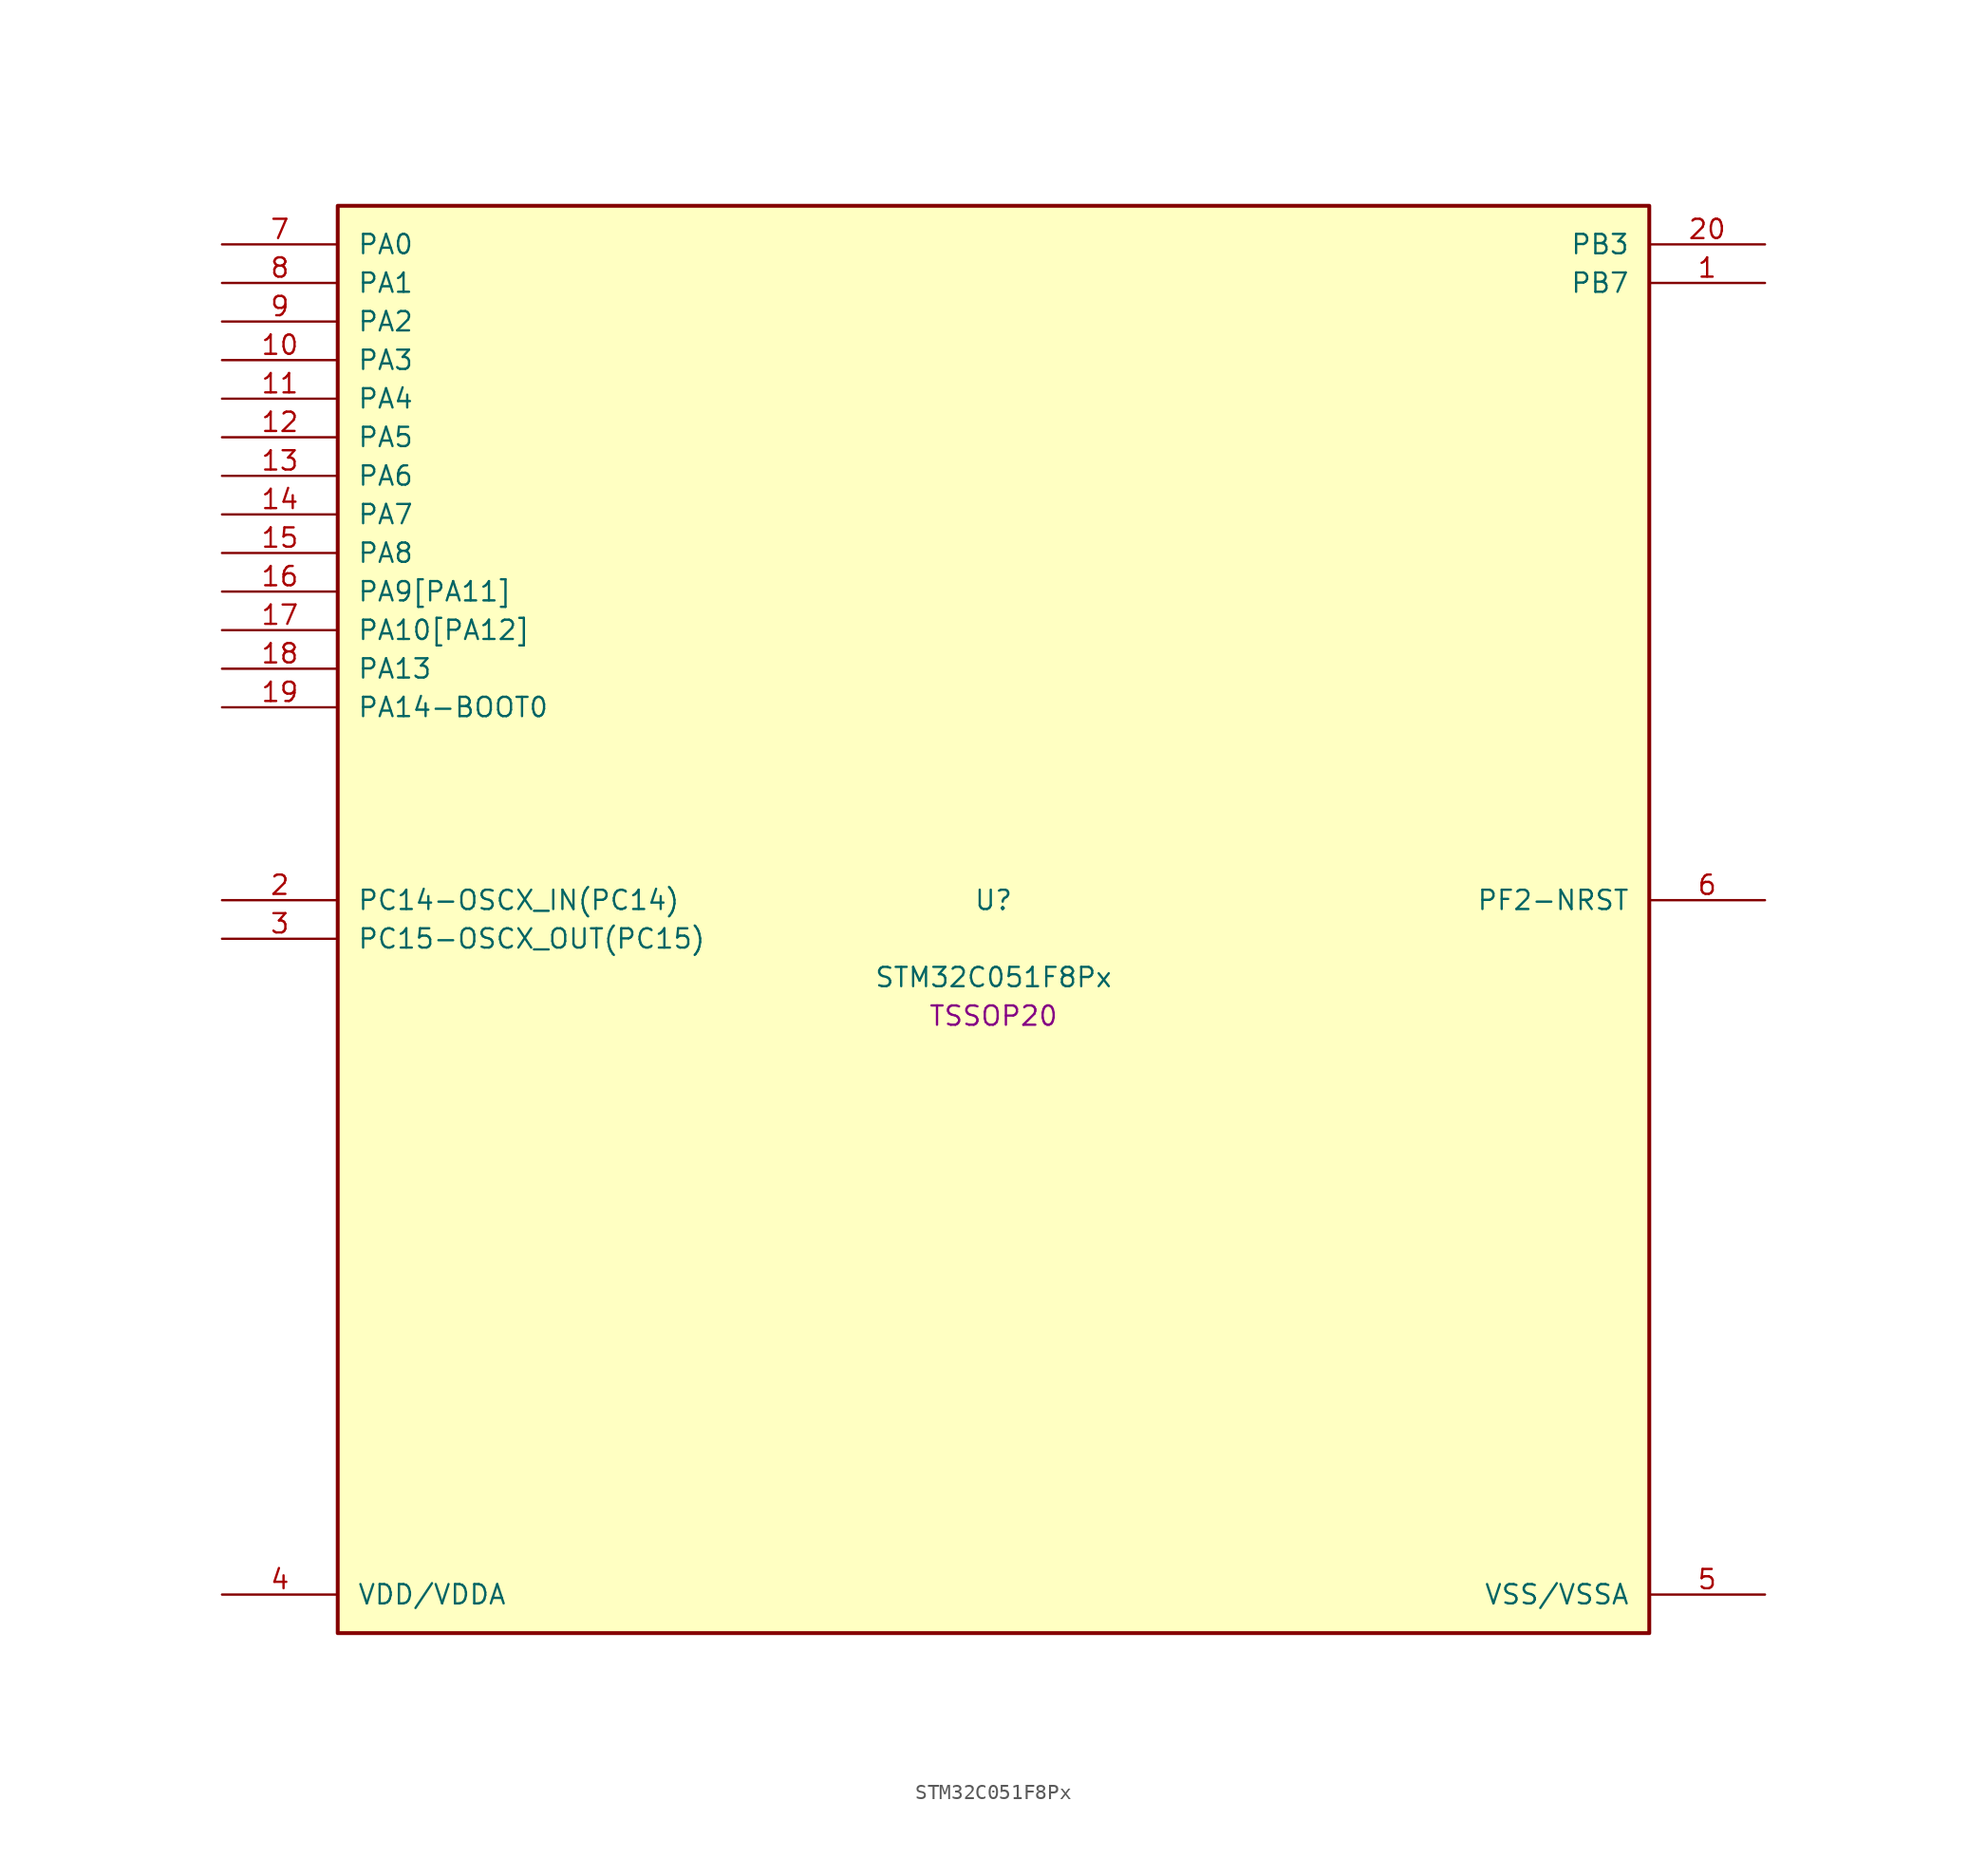
<source format=kicad_sym>
(kicad_symbol_lib
  (version 20241209)
  (generator "stm32_pkl_generator")
  (generator_version "1.0")
  (symbol "STM32C051F8Px"
    (pin_names
      (offset 1.27))
    (property "Reference" "U"
      (at 0 2.54 0))
    (property "Value" "STM32C051F8Px"
      (at 0 -2.54 0))
    (property "Footprint" "TSSOP20"
      (at 0 -5.08 0))
    (symbol "STM32C051F8Px_1_1"
      (rectangle (start -43.18 48.26) (end 43.18 -45.72) (stroke (width 0.254) (type solid)) (fill (type background)))
      (pin bidirectional line (at -50.8 45.72 0) (length 7.62) (name "PA0") (number "7") (alternate "PA0/ADC1_IN0" bidirectional line) (alternate "PA0/PWR_WKUP1" bidirectional line) (alternate "PA0/SPI2_SCK" bidirectional line) (alternate "PA0/TIM16_CH1" bidirectional line) (alternate "PA0/TIM1_CH1" bidirectional line) (alternate "PA0/TIM2_CH1" bidirectional line) (alternate "PA0/TIM2_ETR" bidirectional line) (alternate "PA0/USART1_TX" bidirectional line) (alternate "PA0/USART2_CTS" bidirectional line) (alternate "PA0/USART2_NSS" bidirectional line))
      (pin bidirectional line (at -50.8 43.18 0) (length 7.62) (name "PA1") (number "8") (alternate "PA1/ADC1_IN1" bidirectional line) (alternate "PA1/I2C1_SMBA" bidirectional line) (alternate "PA1/I2S1_CK" bidirectional line) (alternate "PA1/SPI1_SCK" bidirectional line) (alternate "PA1/TIM17_CH1" bidirectional line) (alternate "PA1/TIM1_CH2" bidirectional line) (alternate "PA1/TIM2_CH2" bidirectional line) (alternate "PA1/USART1_RX" bidirectional line) (alternate "PA1/USART2_CK" bidirectional line) (alternate "PA1/USART2_DE" bidirectional line) (alternate "PA1/USART2_RTS" bidirectional line))
      (pin bidirectional line (at -50.8 40.64 0) (length 7.62) (name "PA2") (number "9") (alternate "PA2/ADC1_IN2" bidirectional line) (alternate "PA2/I2S1_SD" bidirectional line) (alternate "PA2/PWR_WKUP4" bidirectional line) (alternate "PA2/RCC_LSCO" bidirectional line) (alternate "PA2/SPI1_MOSI" bidirectional line) (alternate "PA2/TIM16_CH1N" bidirectional line) (alternate "PA2/TIM1_CH3" bidirectional line) (alternate "PA2/TIM2_CH3" bidirectional line) (alternate "PA2/TIM3_ETR" bidirectional line) (alternate "PA2/USART2_TX" bidirectional line))
      (pin bidirectional line (at -50.8 38.1 0) (length 7.62) (name "PA3") (number "10") (alternate "PA3/ADC1_IN3" bidirectional line) (alternate "PA3/SPI2_MISO" bidirectional line) (alternate "PA3/TIM1_CH1N" bidirectional line) (alternate "PA3/TIM1_CH4" bidirectional line) (alternate "PA3/TIM2_CH4" bidirectional line) (alternate "PA3/USART2_RX" bidirectional line))
      (pin bidirectional line (at -50.8 35.56 0) (length 7.62) (name "PA4") (number "11") (alternate "PA4/ADC1_IN4" bidirectional line) (alternate "PA4/I2S1_WS" bidirectional line) (alternate "PA4/PWR_WKUP2" bidirectional line) (alternate "PA4/RTC_OUT1" bidirectional line) (alternate "PA4/RTC_TS" bidirectional line) (alternate "PA4/SPI1_NSS" bidirectional line) (alternate "PA4/SPI2_MOSI" bidirectional line) (alternate "PA4/TIM14_CH1" bidirectional line) (alternate "PA4/TIM17_CH1N" bidirectional line) (alternate "PA4/TIM1_CH2N" bidirectional line) (alternate "PA4/USART2_TX" bidirectional line))
      (pin bidirectional line (at -50.8 33.02 0) (length 7.62) (name "PA5") (number "12") (alternate "PA5/ADC1_IN5" bidirectional line) (alternate "PA5/I2S1_CK" bidirectional line) (alternate "PA5/SPI1_SCK" bidirectional line) (alternate "PA5/TIM1_CH1" bidirectional line) (alternate "PA5/TIM1_CH3N" bidirectional line) (alternate "PA5/TIM2_CH1" bidirectional line) (alternate "PA5/TIM2_ETR" bidirectional line) (alternate "PA5/USART2_RX" bidirectional line))
      (pin bidirectional line (at -50.8 30.48 0) (length 7.62) (name "PA6") (number "13") (alternate "PA6/ADC1_IN6" bidirectional line) (alternate "PA6/I2C2_SDA" bidirectional line) (alternate "PA6/I2S1_MCK" bidirectional line) (alternate "PA6/SPI1_MISO" bidirectional line) (alternate "PA6/TIM16_CH1" bidirectional line) (alternate "PA6/TIM1_BKIN" bidirectional line) (alternate "PA6/TIM3_CH1" bidirectional line) (alternate "PA6/USART1_TX" bidirectional line))
      (pin bidirectional line (at -50.8 27.94 0) (length 7.62) (name "PA7") (number "14") (alternate "PA7/ADC1_IN7" bidirectional line) (alternate "PA7/I2C2_SCL" bidirectional line) (alternate "PA7/I2S1_SD" bidirectional line) (alternate "PA7/SPI1_MOSI" bidirectional line) (alternate "PA7/TIM14_CH1" bidirectional line) (alternate "PA7/TIM17_CH1" bidirectional line) (alternate "PA7/TIM1_CH1N" bidirectional line) (alternate "PA7/TIM3_CH2" bidirectional line) (alternate "PA7/USART1_RX" bidirectional line))
      (pin bidirectional line (at -50.8 25.4 0) (length 7.62) (name "PA8") (number "15") (alternate "PA8/ADC1_IN8" bidirectional line) (alternate "PA8/I2S1_WS" bidirectional line) (alternate "PA8/RCC_MCO" bidirectional line) (alternate "PA8/RCC_MCO_2" bidirectional line) (alternate "PA8/SPI1_NSS" bidirectional line) (alternate "PA8/SPI2_MISO" bidirectional line) (alternate "PA8/SPI2_NSS" bidirectional line) (alternate "PA8/TIM14_CH1" bidirectional line) (alternate "PA8/TIM1_CH1" bidirectional line) (alternate "PA8/TIM1_CH2N" bidirectional line) (alternate "PA8/TIM1_CH3N" bidirectional line) (alternate "PA8/TIM3_CH3" bidirectional line) (alternate "PA8/TIM3_CH4" bidirectional line) (alternate "PA8/USART1_RX" bidirectional line) (alternate "PA8/USART2_TX" bidirectional line))
      (pin bidirectional line (at -50.8 22.86 0) (length 7.62) (name "PA9[PA11]") (number "16") (alternate "PA9[PA11]/I2C1_SCL" bidirectional line) (alternate "PA9[PA11]/I2C2_SCL" bidirectional line) (alternate "PA9[PA11]/RCC_MCO" bidirectional line) (alternate "PA9[PA11]/SPI2_MISO" bidirectional line) (alternate "PA9[PA11]/TIM1_CH2" bidirectional line) (alternate "PA9[PA11]/TIM3_ETR" bidirectional line) (alternate "PA9[PA11]/USART1_TX" bidirectional line) (alternate "PA9[PA11]/PA11[PA9]" bidirectional line) (alternate "PA9[PA11]/ADC1_EXTI11" bidirectional line) (alternate "PA9[PA11]/ADC1_IN11" bidirectional line) (alternate "PA9[PA11]/I2S1_MCK" bidirectional line) (alternate "PA9[PA11]/SPI1_MISO" bidirectional line) (alternate "PA9[PA11]/TIM1_BKIN2" bidirectional line) (alternate "PA9[PA11]/TIM1_CH4" bidirectional line) (alternate "PA9[PA11]/USART1_CTS" bidirectional line) (alternate "PA9[PA11]/USART1_NSS" bidirectional line))
      (pin bidirectional line (at -50.8 20.32 0) (length 7.62) (name "PA10[PA12]") (number "17") (alternate "PA10[PA12]/I2C1_SDA" bidirectional line) (alternate "PA10[PA12]/I2C2_SDA" bidirectional line) (alternate "PA10[PA12]/RCC_MCO_2" bidirectional line) (alternate "PA10[PA12]/SPI2_MOSI" bidirectional line) (alternate "PA10[PA12]/TIM17_BKIN" bidirectional line) (alternate "PA10[PA12]/TIM1_CH3" bidirectional line) (alternate "PA10[PA12]/USART1_RX" bidirectional line) (alternate "PA10[PA12]/PA12[PA10]" bidirectional line) (alternate "PA10[PA12]/ADC1_IN12" bidirectional line) (alternate "PA10[PA12]/I2S1_SD" bidirectional line) (alternate "PA10[PA12]/I2S_CKIN" bidirectional line) (alternate "PA10[PA12]/SPI1_MOSI" bidirectional line) (alternate "PA10[PA12]/TIM1_ETR" bidirectional line) (alternate "PA10[PA12]/USART1_CK" bidirectional line) (alternate "PA10[PA12]/USART1_DE" bidirectional line) (alternate "PA10[PA12]/USART1_RTS" bidirectional line))
      (pin bidirectional line (at -50.8 17.78 0) (length 7.62) (name "PA13") (number "18") (alternate "PA13/ADC1_IN13" bidirectional line) (alternate "PA13/DEBUG_SWDIO" bidirectional line) (alternate "PA13/IR_OUT" bidirectional line) (alternate "PA13/TIM3_ETR" bidirectional line) (alternate "PA13/USART2_RX" bidirectional line))
      (pin bidirectional line (at -50.8 15.24 0) (length 7.62) (name "PA14-BOOT0") (number "19") (alternate "PA14-BOOT0/ADC1_IN14" bidirectional line) (alternate "PA14-BOOT0/BOOT0" bidirectional line) (alternate "PA14-BOOT0/DEBUG_SWCLK" bidirectional line) (alternate "PA14-BOOT0/I2S1_WS" bidirectional line) (alternate "PA14-BOOT0/RCC_MCO_2" bidirectional line) (alternate "PA14-BOOT0/SPI1_NSS" bidirectional line) (alternate "PA14-BOOT0/TIM1_CH1" bidirectional line) (alternate "PA14-BOOT0/USART1_CK" bidirectional line) (alternate "PA14-BOOT0/USART1_DE" bidirectional line) (alternate "PA14-BOOT0/USART1_RTS" bidirectional line) (alternate "PA14-BOOT0/USART2_RX" bidirectional line) (alternate "PA14-BOOT0/USART2_TX" bidirectional line) (alternate "PA14-BOOT0/PA15" bidirectional line) (alternate "PA14-BOOT0/TIM2_CH1" bidirectional line) (alternate "PA14-BOOT0/TIM2_ETR" bidirectional line))
      (pin bidirectional line (at 50.8 45.72 180) (length 7.62) (name "PB3") (number "20") (alternate "PB3/I2C2_SCL" bidirectional line) (alternate "PB3/I2S1_CK" bidirectional line) (alternate "PB3/SPI1_SCK" bidirectional line) (alternate "PB3/TIM1_CH2" bidirectional line) (alternate "PB3/TIM2_CH2" bidirectional line) (alternate "PB3/TIM3_CH2" bidirectional line) (alternate "PB3/USART1_CK" bidirectional line) (alternate "PB3/USART1_DE" bidirectional line) (alternate "PB3/USART1_RTS" bidirectional line) (alternate "PB3/PB4" bidirectional line) (alternate "PB3/I2C2_SDA" bidirectional line) (alternate "PB3/I2S1_MCK" bidirectional line) (alternate "PB3/SPI1_MISO" bidirectional line) (alternate "PB3/TIM17_BKIN" bidirectional line) (alternate "PB3/TIM3_CH1" bidirectional line) (alternate "PB3/USART1_CTS" bidirectional line) (alternate "PB3/USART1_NSS" bidirectional line) (alternate "PB3/PB5" bidirectional line) (alternate "PB3/I2C1_SMBA" bidirectional line) (alternate "PB3/I2S1_SD" bidirectional line) (alternate "PB3/PWR_WKUP6" bidirectional line) (alternate "PB3/SPI1_MOSI" bidirectional line) (alternate "PB3/TIM16_BKIN" bidirectional line) (alternate "PB3/TIM3_CH3" bidirectional line) (alternate "PB3/PB6" bidirectional line) (alternate "PB3/I2C1_SCL" bidirectional line) (alternate "PB3/PWR_WKUP3" bidirectional line) (alternate "PB3/SPI2_MISO" bidirectional line) (alternate "PB3/TIM16_CH1N" bidirectional line) (alternate "PB3/TIM1_CH3" bidirectional line) (alternate "PB3/USART1_TX" bidirectional line))
      (pin bidirectional line (at 50.8 43.18 180) (length 7.62) (name "PB7") (number "1") (alternate "PB7/I2C1_SCL" bidirectional line) (alternate "PB7/I2C1_SDA" bidirectional line) (alternate "PB7/RTC_REFIN" bidirectional line) (alternate "PB7/SPI2_MOSI" bidirectional line) (alternate "PB7/TIM16_CH1" bidirectional line) (alternate "PB7/TIM17_CH1N" bidirectional line) (alternate "PB7/TIM1_CH1" bidirectional line) (alternate "PB7/TIM1_CH4" bidirectional line) (alternate "PB7/TIM3_CH1" bidirectional line) (alternate "PB7/TIM3_CH4" bidirectional line) (alternate "PB7/USART1_RX" bidirectional line) (alternate "PB7/USART2_CTS" bidirectional line) (alternate "PB7/USART2_NSS" bidirectional line) (alternate "PB7/PB8" bidirectional line) (alternate "PB7/SPI2_SCK" bidirectional line))
      (pin bidirectional line (at -50.8 2.54 0) (length 7.62) (name "PC14-OSCX_IN(PC14)") (number "2") (alternate "PC14-OSCX_IN(PC14)/I2C1_SDA" bidirectional line) (alternate "PC14-OSCX_IN(PC14)/IR_OUT" bidirectional line) (alternate "PC14-OSCX_IN(PC14)/RCC_OSCX_IN" bidirectional line) (alternate "PC14-OSCX_IN(PC14)/SPI2_NSS" bidirectional line) (alternate "PC14-OSCX_IN(PC14)/TIM17_CH1" bidirectional line) (alternate "PC14-OSCX_IN(PC14)/TIM1_BKIN2" bidirectional line) (alternate "PC14-OSCX_IN(PC14)/TIM1_ETR" bidirectional line) (alternate "PC14-OSCX_IN(PC14)/TIM3_CH2" bidirectional line) (alternate "PC14-OSCX_IN(PC14)/USART1_RX" bidirectional line) (alternate "PC14-OSCX_IN(PC14)/USART1_TX" bidirectional line) (alternate "PC14-OSCX_IN(PC14)/USART2_CK" bidirectional line) (alternate "PC14-OSCX_IN(PC14)/USART2_DE" bidirectional line) (alternate "PC14-OSCX_IN(PC14)/USART2_RTS" bidirectional line))
      (pin bidirectional line (at -50.8 0 0) (length 7.62) (name "PC15-OSCX_OUT(PC15)") (number "3") (alternate "PC15-OSCX_OUT(PC15)/RCC_OSC32_EN" bidirectional line) (alternate "PC15-OSCX_OUT(PC15)/RCC_OSCX_OUT" bidirectional line) (alternate "PC15-OSCX_OUT(PC15)/RCC_OSC_EN" bidirectional line) (alternate "PC15-OSCX_OUT(PC15)/TIM1_CH2" bidirectional line) (alternate "PC15-OSCX_OUT(PC15)/TIM1_ETR" bidirectional line) (alternate "PC15-OSCX_OUT(PC15)/TIM3_CH3" bidirectional line))
      (pin bidirectional line (at 50.8 2.54 180) (length 7.62) (name "PF2-NRST") (number "6") (alternate "PF2-NRST/RCC_MCO" bidirectional line) (alternate "PF2-NRST/TIM1_CH4" bidirectional line))
      (pin power_in line (at -50.8 -43.18 0) (length 7.62) (name "VDD/VDDA") (number "4"))
      (pin power_in line (at 50.8 -43.18 180) (length 7.62) (name "VSS/VSSA") (number "5")))))
</source>
